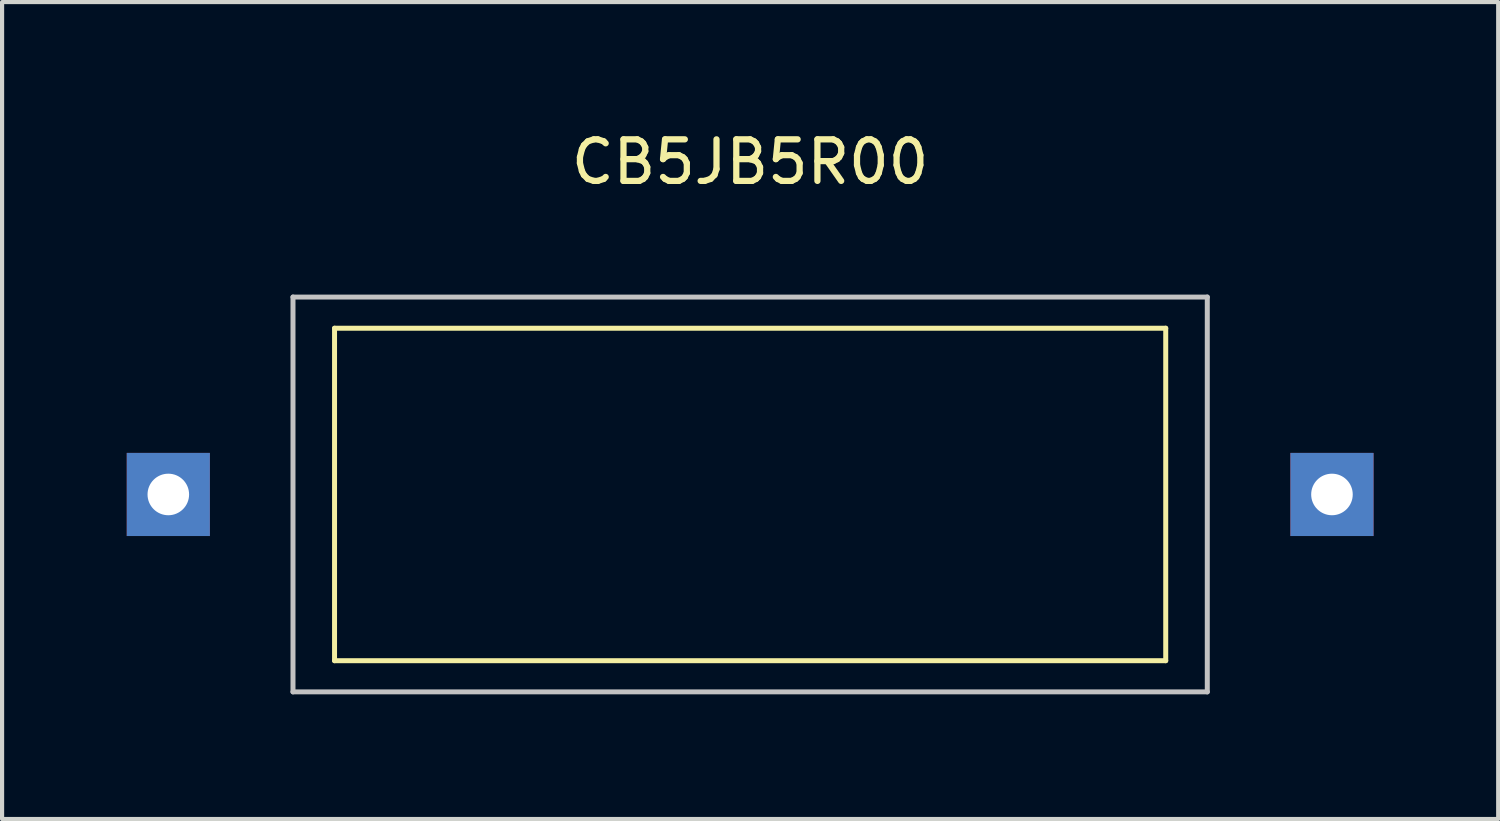
<source format=kicad_pcb>
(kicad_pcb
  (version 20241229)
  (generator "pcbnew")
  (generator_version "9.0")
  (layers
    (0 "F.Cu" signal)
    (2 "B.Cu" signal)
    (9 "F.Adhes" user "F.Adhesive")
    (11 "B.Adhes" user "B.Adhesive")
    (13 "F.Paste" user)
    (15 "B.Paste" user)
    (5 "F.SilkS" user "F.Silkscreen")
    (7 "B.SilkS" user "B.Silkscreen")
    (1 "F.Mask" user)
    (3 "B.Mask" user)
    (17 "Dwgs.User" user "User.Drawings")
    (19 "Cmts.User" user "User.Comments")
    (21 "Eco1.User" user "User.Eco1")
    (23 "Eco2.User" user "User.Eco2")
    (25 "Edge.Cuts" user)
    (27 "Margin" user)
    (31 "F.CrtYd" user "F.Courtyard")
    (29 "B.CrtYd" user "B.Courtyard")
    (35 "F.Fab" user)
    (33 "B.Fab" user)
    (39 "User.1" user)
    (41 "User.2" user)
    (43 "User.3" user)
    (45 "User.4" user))
  (footprint "CB5JB5R00"
    (layer "F.Cu")
    (at 15 8.848)
    (property "Reference" "CB5JB5R00" (at 0 -8 0) (layer "F.SilkS") (effects (font (size 1 1) (thickness 0.15))))
    (attr through_hole)
    (fp_line (start -10 -4) (end -10 4) (stroke (width 0.12) (type solid)) (layer "F.SilkS"))
    (fp_line (start -10 4) (end 10 4) (stroke (width 0.12) (type solid)) (layer "F.SilkS"))
    (fp_line (start 10 -4) (end -10 -4) (stroke (width 0.12) (type solid)) (layer "F.SilkS"))
    (fp_line (start 10 4) (end 10 -4) (stroke (width 0.12) (type solid)) (layer "F.SilkS"))
    (fp_line (start -11 -4.75) (end -11 4.75) (stroke (width 0.12) (type solid)) (layer "Dwgs.User"))
    (fp_line (start -11 4.75) (end 11 4.75) (stroke (width 0.12) (type solid)) (layer "Dwgs.User"))
    (fp_line (start 11 -4.75) (end -11 -4.75) (stroke (width 0.12) (type solid)) (layer "Dwgs.User"))
    (fp_line (start 11 4.75) (end 11 -4.75) (stroke (width 0.12) (type solid)) (layer "Dwgs.User"))
    (pad "1" thru_hole rect (at -14 0) (size 2 2) (drill 1) (layers "*.Cu" "*.Mask"))
    (pad "2" thru_hole rect (at 14 0) (size 2 2) (drill 1) (layers "*.Cu" "*.Mask")))
  (gr_rect
    (start -3 -3)
    (end 33 16.658)
    (stroke (width 0.1) (type default))
    (fill no)
    (layer "Edge.Cuts")))
</source>
